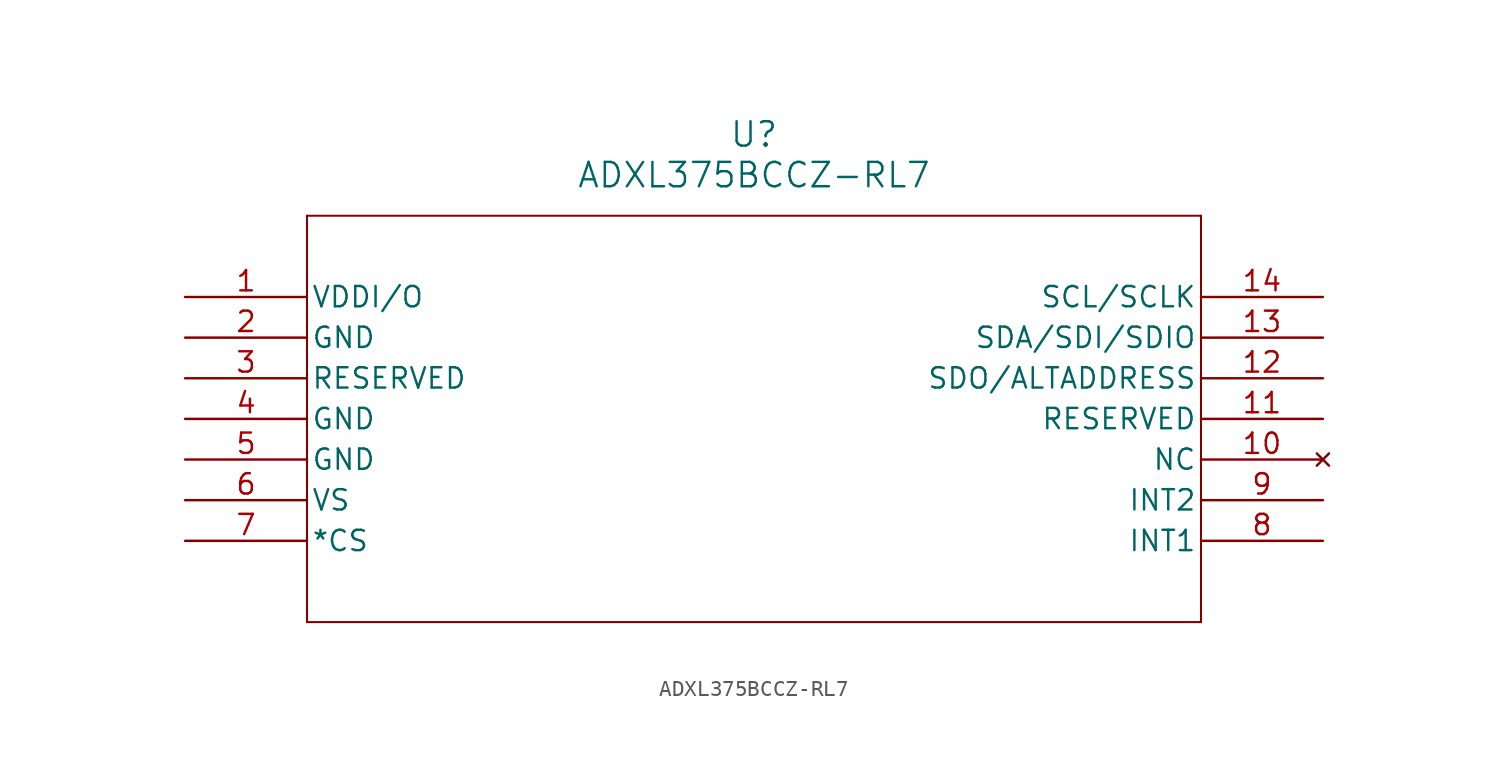
<source format=kicad_sym>
(kicad_symbol_lib
  (version 20211014)
  (generator kicad_symbol_editor)
  (symbol "ADXL375BCCZ-RL7"
    (pin_names
      (offset 0.254))
    (property "Reference" "U"
      (at 35.56 10.16 0)
      (effects (font (size 1.524 1.524))))
    (property "Value" "ADXL375BCCZ-RL7"
      (at 35.56 7.62 0)
      (effects (font (size 1.524 1.524))))
    (symbol "ADXL375BCCZ-RL7_0_1"
      (polyline (pts (xy 7.62 5.08) (xy 7.62 -20.32)) (stroke (width 0.127) (type default) (color 0 0 0 0)) (fill (type none)))
      (polyline (pts (xy 7.62 -20.32) (xy 63.5 -20.32)) (stroke (width 0.127) (type default) (color 0 0 0 0)) (fill (type none)))
      (polyline (pts (xy 63.5 -20.32) (xy 63.5 5.08)) (stroke (width 0.127) (type default) (color 0 0 0 0)) (fill (type none)))
      (polyline (pts (xy 63.5 5.08) (xy 7.62 5.08)) (stroke (width 0.127) (type default) (color 0 0 0 0)) (fill (type none)))
      (pin power_in line (at 0 0 0) (length 7.62) (name "VDDI/O" (effects (font (size 1.27 1.27)))) (number "1" (effects (font (size 1.27 1.27)))))
      (pin power_out line (at 0 -2.54 0) (length 7.62) (name "GND" (effects (font (size 1.27 1.27)))) (number "2" (effects (font (size 1.27 1.27)))))
      (pin unspecified line (at 0 -5.08 0) (length 7.62) (name "RESERVED" (effects (font (size 1.27 1.27)))) (number "3" (effects (font (size 1.27 1.27)))))
      (pin power_out line (at 0 -7.62 0) (length 7.62) (name "GND" (effects (font (size 1.27 1.27)))) (number "4" (effects (font (size 1.27 1.27)))))
      (pin power_out line (at 0 -10.16 0) (length 7.62) (name "GND" (effects (font (size 1.27 1.27)))) (number "5" (effects (font (size 1.27 1.27)))))
      (pin unspecified line (at 0 -12.7 0) (length 7.62) (name "VS" (effects (font (size 1.27 1.27)))) (number "6" (effects (font (size 1.27 1.27)))))
      (pin unspecified line (at 0 -15.24 0) (length 7.62) (name "*CS" (effects (font (size 1.27 1.27)))) (number "7" (effects (font (size 1.27 1.27)))))
      (pin bidirectional line (at 71.12 -15.24 180) (length 7.62) (name "INT1" (effects (font (size 1.27 1.27)))) (number "8" (effects (font (size 1.27 1.27)))))
      (pin bidirectional line (at 71.12 -12.7 180) (length 7.62) (name "INT2" (effects (font (size 1.27 1.27)))) (number "9" (effects (font (size 1.27 1.27)))))
      (pin no_connect line (at 71.12 -10.16 180) (length 7.62) (name "NC" (effects (font (size 1.27 1.27)))) (number "10" (effects (font (size 1.27 1.27)))))
      (pin unspecified line (at 71.12 -7.62 180) (length 7.62) (name "RESERVED" (effects (font (size 1.27 1.27)))) (number "11" (effects (font (size 1.27 1.27)))))
      (pin unspecified line (at 71.12 -5.08 180) (length 7.62) (name "SDO/ALTADDRESS" (effects (font (size 1.27 1.27)))) (number "12" (effects (font (size 1.27 1.27)))))
      (pin unspecified line (at 71.12 -2.54 180) (length 7.62) (name "SDA/SDI/SDIO" (effects (font (size 1.27 1.27)))) (number "13" (effects (font (size 1.27 1.27)))))
      (pin unspecified line (at 71.12 0 180) (length 7.62) (name "SCL/SCLK" (effects (font (size 1.27 1.27)))) (number "14" (effects (font (size 1.27 1.27))))))))
</source>
